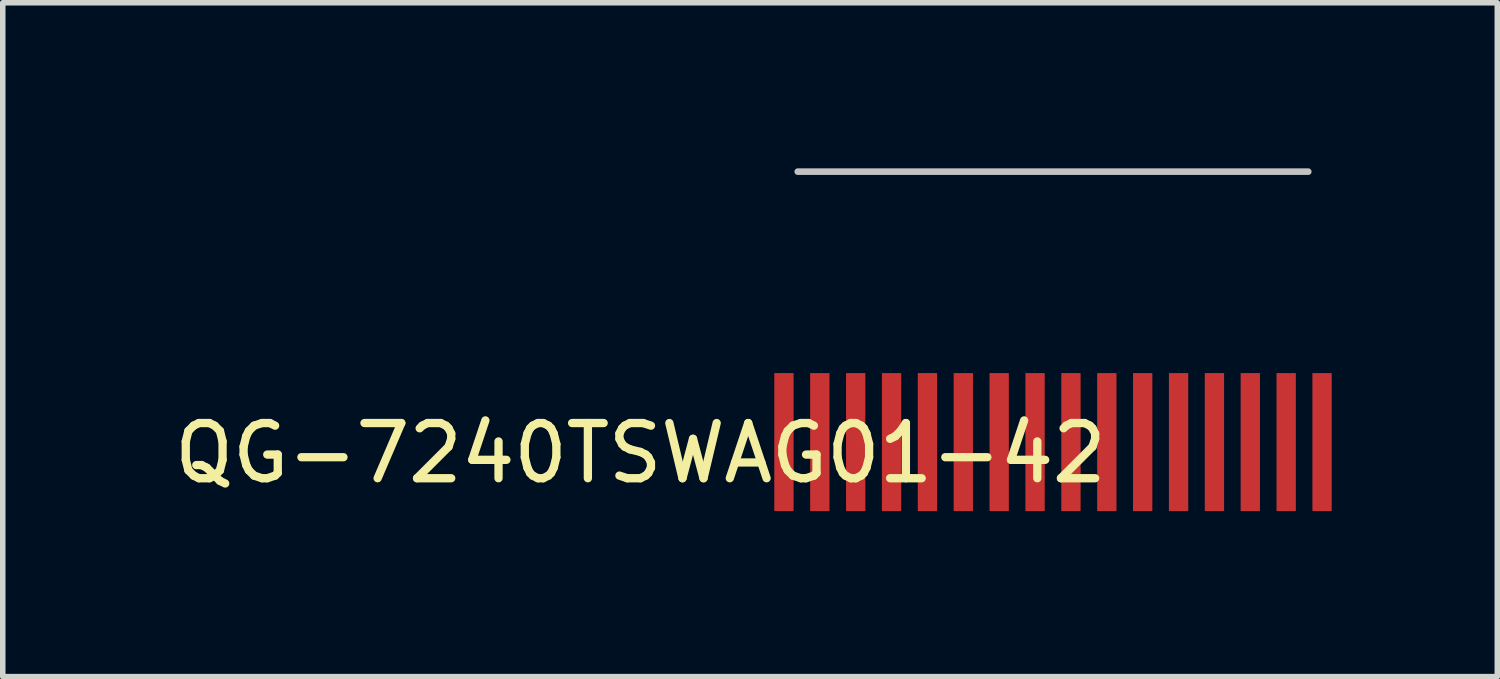
<source format=kicad_pcb>
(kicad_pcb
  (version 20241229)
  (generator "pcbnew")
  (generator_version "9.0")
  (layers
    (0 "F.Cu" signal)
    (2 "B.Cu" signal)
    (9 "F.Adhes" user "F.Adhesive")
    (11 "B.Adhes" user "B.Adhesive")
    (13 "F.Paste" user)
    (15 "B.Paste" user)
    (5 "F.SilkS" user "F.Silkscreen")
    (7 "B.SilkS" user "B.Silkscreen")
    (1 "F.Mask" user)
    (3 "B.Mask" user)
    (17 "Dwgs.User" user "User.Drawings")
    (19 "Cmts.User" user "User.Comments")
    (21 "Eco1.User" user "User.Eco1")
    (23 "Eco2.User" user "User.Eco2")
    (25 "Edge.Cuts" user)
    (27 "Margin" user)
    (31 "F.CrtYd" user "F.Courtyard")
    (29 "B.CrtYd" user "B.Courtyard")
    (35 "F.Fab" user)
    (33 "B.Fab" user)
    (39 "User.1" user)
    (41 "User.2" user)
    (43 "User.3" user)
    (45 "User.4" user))
  (footprint "QG-7240TSWAG01-42"
    (layer "F.Cu")
    (at 11.154 4.96)
    (property "Reference" "QG-7240TSWAG01-42" (at -2.6 0.2 0) (layer "F.SilkS") (effects (font (size 1 1) (thickness 0.15))))
    (attr through_hole)
    (fp_line (start 0.25 -4.9) (end 9.5 -4.9) (stroke (width 0.12) (type solid)) (layer "Dwgs.User"))
    (pad "1" smd rect (at 0 0) (size 0.35 2.5) (layers "F.Cu" "F.Mask" "F.Paste"))
    (pad "2" smd rect (at 0.65 0) (size 0.35 2.5) (layers "F.Cu" "F.Mask" "F.Paste"))
    (pad "3" smd rect (at 1.3 0) (size 0.35 2.5) (layers "F.Cu" "F.Mask" "F.Paste"))
    (pad "4" smd rect (at 1.95 0) (size 0.35 2.5) (layers "F.Cu" "F.Mask" "F.Paste"))
    (pad "5" smd rect (at 2.6 0) (size 0.35 2.5) (layers "F.Cu" "F.Mask" "F.Paste"))
    (pad "6" smd rect (at 3.25 0) (size 0.35 2.5) (layers "F.Cu" "F.Mask" "F.Paste"))
    (pad "7" smd rect (at 3.9 0) (size 0.35 2.5) (layers "F.Cu" "F.Mask" "F.Paste"))
    (pad "8" smd rect (at 4.55 0) (size 0.35 2.5) (layers "F.Cu" "F.Mask" "F.Paste"))
    (pad "9" smd rect (at 5.2 0) (size 0.35 2.5) (layers "F.Cu" "F.Mask" "F.Paste"))
    (pad "10" smd rect (at 5.85 0) (size 0.35 2.5) (layers "F.Cu" "F.Mask" "F.Paste"))
    (pad "11" smd rect (at 6.5 0) (size 0.35 2.5) (layers "F.Cu" "F.Mask" "F.Paste"))
    (pad "12" smd rect (at 7.15 0) (size 0.35 2.5) (layers "F.Cu" "F.Mask" "F.Paste"))
    (pad "13" smd rect (at 7.8 0) (size 0.35 2.5) (layers "F.Cu" "F.Mask" "F.Paste"))
    (pad "14" smd rect (at 8.45 0) (size 0.35 2.5) (layers "F.Cu" "F.Mask" "F.Paste"))
    (pad "15" smd rect (at 9.1 0) (size 0.35 2.5) (layers "F.Cu" "F.Mask" "F.Paste"))
    (pad "16" smd rect (at 9.75 0) (size 0.35 2.5) (layers "F.Cu" "F.Mask" "F.Paste")))
  (gr_rect
    (start -3 -3)
    (end 24.079 9.21)
    (stroke (width 0.1) (type default))
    (fill no)
    (layer "Edge.Cuts")))
</source>
